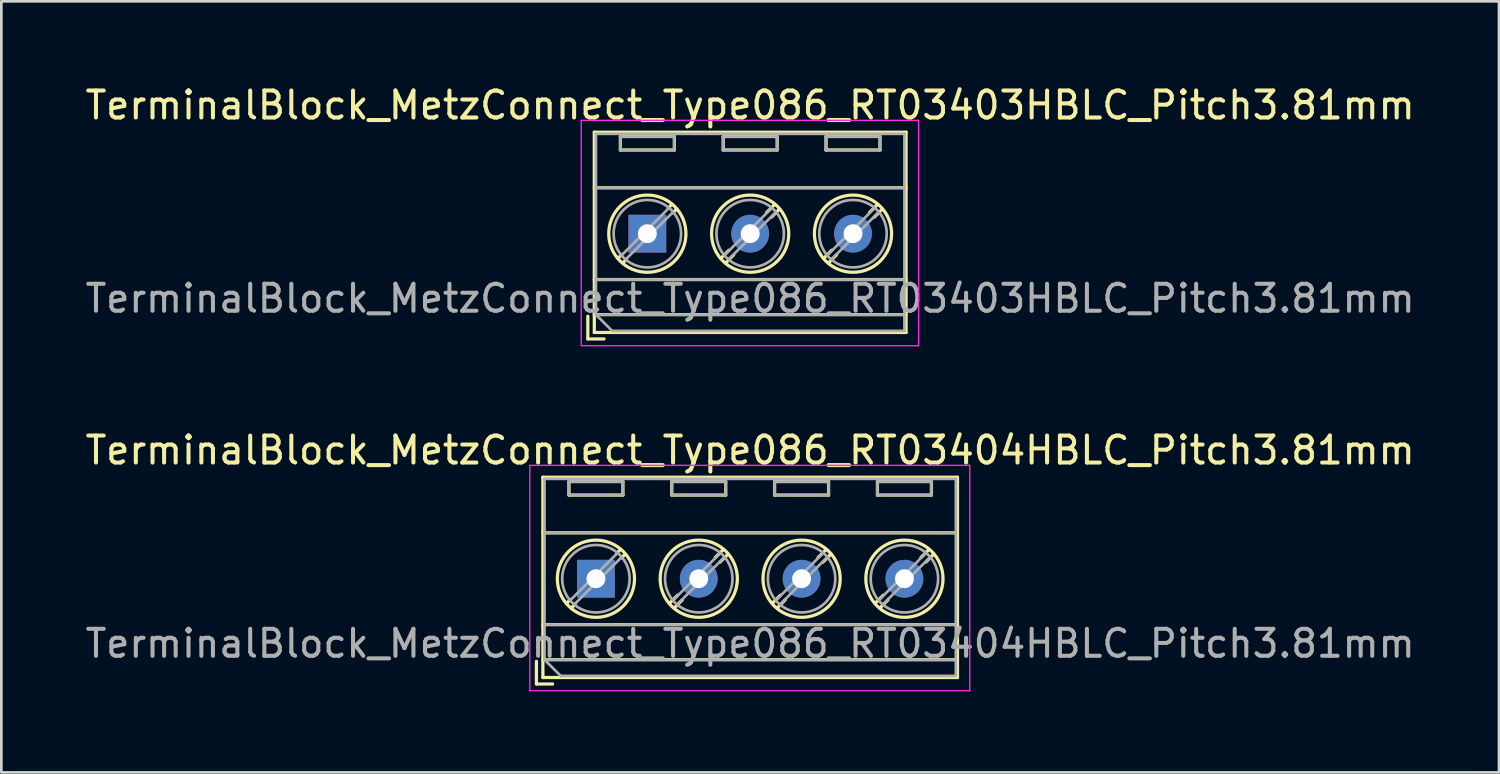
<source format=kicad_pcb>
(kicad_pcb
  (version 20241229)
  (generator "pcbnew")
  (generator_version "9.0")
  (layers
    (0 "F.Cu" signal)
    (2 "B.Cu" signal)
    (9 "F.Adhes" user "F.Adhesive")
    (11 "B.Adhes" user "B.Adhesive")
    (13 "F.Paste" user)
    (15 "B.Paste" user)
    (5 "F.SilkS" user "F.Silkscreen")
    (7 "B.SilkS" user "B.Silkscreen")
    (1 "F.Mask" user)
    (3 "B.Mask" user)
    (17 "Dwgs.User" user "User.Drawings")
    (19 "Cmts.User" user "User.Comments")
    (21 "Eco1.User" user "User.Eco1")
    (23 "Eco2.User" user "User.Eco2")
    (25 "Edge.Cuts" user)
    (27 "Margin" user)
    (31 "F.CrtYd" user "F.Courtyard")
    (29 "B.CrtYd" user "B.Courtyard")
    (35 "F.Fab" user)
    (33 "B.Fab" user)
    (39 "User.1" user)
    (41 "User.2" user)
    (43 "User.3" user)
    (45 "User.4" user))
  (footprint "TerminalBlock_MetzConnect_Type086_RT03404HBLC_Pitch3.81mm"
    (layer "F.Cu")
    (at 19.029 18.392)
    (property "Reference" "TerminalBlock_MetzConnect_Type086_RT03404HBLC_Pitch3.81mm" (at 5.715 -4.76 0) (layer "F.SilkS") (effects (font (size 1 1) (thickness 0.15))))
    (attr through_hole)
    (fp_line (start -2.205 3.06) (end -2.205 3.9) (stroke (width 0.12) (type solid)) (layer "F.SilkS"))
    (fp_line (start -2.205 3.9) (end -1.605 3.9) (stroke (width 0.12) (type solid)) (layer "F.SilkS"))
    (fp_line (start -1.965 -3.76) (end -1.965 3.66) (stroke (width 0.12) (type solid)) (layer "F.SilkS"))
    (fp_line (start -1.965 -1.7) (end 13.395 -1.7) (stroke (width 0.12) (type solid)) (layer "F.SilkS"))
    (fp_line (start -1.965 1.7) (end 13.395 1.7) (stroke (width 0.12) (type solid)) (layer "F.SilkS"))
    (fp_line (start -1.965 3) (end 13.395 3) (stroke (width 0.12) (type solid)) (layer "F.SilkS"))
    (fp_line (start -1.965 3.66) (end 13.395 3.66) (stroke (width 0.12) (type solid)) (layer "F.SilkS"))
    (fp_line (start -1 -3.6) (end -1 -3.1) (stroke (width 0.12) (type solid)) (layer "F.SilkS"))
    (fp_line (start -1 -3.6) (end 1 -3.6) (stroke (width 0.12) (type solid)) (layer "F.SilkS"))
    (fp_line (start -1 -3.1) (end 1 -3.1) (stroke (width 0.12) (type solid)) (layer "F.SilkS"))
    (fp_line (start -0.946 0.771) (end -1.085 0.91) (stroke (width 0.12) (type solid)) (layer "F.SilkS"))
    (fp_line (start -0.771 0.945) (end -0.911 1.085) (stroke (width 0.12) (type solid)) (layer "F.SilkS"))
    (fp_line (start 0.911 -1.085) (end 0.771 -0.945) (stroke (width 0.12) (type solid)) (layer "F.SilkS"))
    (fp_line (start 1 -3.6) (end 1 -3.1) (stroke (width 0.12) (type solid)) (layer "F.SilkS"))
    (fp_line (start 1.085 -0.91) (end 0.945 -0.771) (stroke (width 0.12) (type solid)) (layer "F.SilkS"))
    (fp_line (start 2.81 -3.6) (end 2.81 -3.1) (stroke (width 0.12) (type solid)) (layer "F.SilkS"))
    (fp_line (start 2.81 -3.6) (end 4.81 -3.6) (stroke (width 0.12) (type solid)) (layer "F.SilkS"))
    (fp_line (start 2.81 -3.1) (end 4.81 -3.1) (stroke (width 0.12) (type solid)) (layer "F.SilkS"))
    (fp_line (start 3.025 0.611) (end 2.726 0.91) (stroke (width 0.12) (type solid)) (layer "F.SilkS"))
    (fp_line (start 3.2 0.786) (end 2.9 1.085) (stroke (width 0.12) (type solid)) (layer "F.SilkS"))
    (fp_line (start 4.721 -1.085) (end 4.421 -0.786) (stroke (width 0.12) (type solid)) (layer "F.SilkS"))
    (fp_line (start 4.81 -3.6) (end 4.81 -3.1) (stroke (width 0.12) (type solid)) (layer "F.SilkS"))
    (fp_line (start 4.895 -0.91) (end 4.596 -0.611) (stroke (width 0.12) (type solid)) (layer "F.SilkS"))
    (fp_line (start 6.62 -3.6) (end 6.62 -3.1) (stroke (width 0.12) (type solid)) (layer "F.SilkS"))
    (fp_line (start 6.62 -3.6) (end 8.62 -3.6) (stroke (width 0.12) (type solid)) (layer "F.SilkS"))
    (fp_line (start 6.62 -3.1) (end 8.62 -3.1) (stroke (width 0.12) (type solid)) (layer "F.SilkS"))
    (fp_line (start 6.835 0.611) (end 6.536 0.91) (stroke (width 0.12) (type solid)) (layer "F.SilkS"))
    (fp_line (start 7.01 0.786) (end 6.71 1.085) (stroke (width 0.12) (type solid)) (layer "F.SilkS"))
    (fp_line (start 8.531 -1.085) (end 8.231 -0.786) (stroke (width 0.12) (type solid)) (layer "F.SilkS"))
    (fp_line (start 8.62 -3.6) (end 8.62 -3.1) (stroke (width 0.12) (type solid)) (layer "F.SilkS"))
    (fp_line (start 8.705 -0.91) (end 8.406 -0.611) (stroke (width 0.12) (type solid)) (layer "F.SilkS"))
    (fp_line (start 10.43 -3.6) (end 10.43 -3.1) (stroke (width 0.12) (type solid)) (layer "F.SilkS"))
    (fp_line (start 10.43 -3.6) (end 12.43 -3.6) (stroke (width 0.12) (type solid)) (layer "F.SilkS"))
    (fp_line (start 10.43 -3.1) (end 12.43 -3.1) (stroke (width 0.12) (type solid)) (layer "F.SilkS"))
    (fp_line (start 10.645 0.611) (end 10.346 0.91) (stroke (width 0.12) (type solid)) (layer "F.SilkS"))
    (fp_line (start 10.82 0.786) (end 10.52 1.085) (stroke (width 0.12) (type solid)) (layer "F.SilkS"))
    (fp_line (start 12.341 -1.085) (end 12.041 -0.786) (stroke (width 0.12) (type solid)) (layer "F.SilkS"))
    (fp_line (start 12.43 -3.6) (end 12.43 -3.1) (stroke (width 0.12) (type solid)) (layer "F.SilkS"))
    (fp_line (start 12.515 -0.91) (end 12.216 -0.611) (stroke (width 0.12) (type solid)) (layer "F.SilkS"))
    (fp_line (start 13.395 -3.76) (end -1.965 -3.76) (stroke (width 0.12) (type solid)) (layer "F.SilkS"))
    (fp_line (start 13.395 3.66) (end 13.395 -3.76) (stroke (width 0.12) (type solid)) (layer "F.SilkS"))
    (fp_circle (center 0 0) (end 1.43 0) (stroke (width 0.12) (type solid)) (fill no) (layer "F.SilkS"))
    (fp_circle (center 3.81 0) (end 5.24 0) (stroke (width 0.12) (type solid)) (fill no) (layer "F.SilkS"))
    (fp_circle (center 7.62 0) (end 9.05 0) (stroke (width 0.12) (type solid)) (fill no) (layer "F.SilkS"))
    (fp_circle (center 11.43 0) (end 12.86 0) (stroke (width 0.12) (type solid)) (fill no) (layer "F.SilkS"))
    (fp_line (start -2.45 -4.2) (end -2.45 4.15) (stroke (width 0.05) (type solid)) (layer "F.CrtYd"))
    (fp_line (start -2.45 4.15) (end 13.85 4.15) (stroke (width 0.05) (type solid)) (layer "F.CrtYd"))
    (fp_line (start 13.85 -4.2) (end -2.45 -4.2) (stroke (width 0.05) (type solid)) (layer "F.CrtYd"))
    (fp_line (start 13.85 4.15) (end 13.85 -4.2) (stroke (width 0.05) (type solid)) (layer "F.CrtYd"))
    (fp_line (start -1.905 -3.7) (end 13.335 -3.7) (stroke (width 0.1) (type solid)) (layer "F.Fab"))
    (fp_line (start -1.905 -1.7) (end 13.335 -1.7) (stroke (width 0.1) (type solid)) (layer "F.Fab"))
    (fp_line (start -1.905 1.7) (end 13.335 1.7) (stroke (width 0.1) (type solid)) (layer "F.Fab"))
    (fp_line (start -1.905 3) (end -1.905 -3.7) (stroke (width 0.1) (type solid)) (layer "F.Fab"))
    (fp_line (start -1.905 3) (end 13.335 3) (stroke (width 0.1) (type solid)) (layer "F.Fab"))
    (fp_line (start -1.305 3.6) (end -1.905 3) (stroke (width 0.1) (type solid)) (layer "F.Fab"))
    (fp_line (start -1 -3.6) (end -1 -3.1) (stroke (width 0.1) (type solid)) (layer "F.Fab"))
    (fp_line (start -1 -3.1) (end 1 -3.1) (stroke (width 0.1) (type solid)) (layer "F.Fab"))
    (fp_line (start 0.796 -0.948) (end -0.949 0.796) (stroke (width 0.1) (type solid)) (layer "F.Fab"))
    (fp_line (start 0.949 -0.796) (end -0.796 0.948) (stroke (width 0.1) (type solid)) (layer "F.Fab"))
    (fp_line (start 1 -3.6) (end -1 -3.6) (stroke (width 0.1) (type solid)) (layer "F.Fab"))
    (fp_line (start 1 -3.1) (end 1 -3.6) (stroke (width 0.1) (type solid)) (layer "F.Fab"))
    (fp_line (start 2.81 -3.6) (end 2.81 -3.1) (stroke (width 0.1) (type solid)) (layer "F.Fab"))
    (fp_line (start 2.81 -3.1) (end 4.81 -3.1) (stroke (width 0.1) (type solid)) (layer "F.Fab"))
    (fp_line (start 4.606 -0.948) (end 2.862 0.796) (stroke (width 0.1) (type solid)) (layer "F.Fab"))
    (fp_line (start 4.759 -0.796) (end 3.015 0.948) (stroke (width 0.1) (type solid)) (layer "F.Fab"))
    (fp_line (start 4.81 -3.6) (end 2.81 -3.6) (stroke (width 0.1) (type solid)) (layer "F.Fab"))
    (fp_line (start 4.81 -3.1) (end 4.81 -3.6) (stroke (width 0.1) (type solid)) (layer "F.Fab"))
    (fp_line (start 6.62 -3.6) (end 6.62 -3.1) (stroke (width 0.1) (type solid)) (layer "F.Fab"))
    (fp_line (start 6.62 -3.1) (end 8.62 -3.1) (stroke (width 0.1) (type solid)) (layer "F.Fab"))
    (fp_line (start 8.416 -0.948) (end 6.672 0.796) (stroke (width 0.1) (type solid)) (layer "F.Fab"))
    (fp_line (start 8.569 -0.796) (end 6.825 0.948) (stroke (width 0.1) (type solid)) (layer "F.Fab"))
    (fp_line (start 8.62 -3.6) (end 6.62 -3.6) (stroke (width 0.1) (type solid)) (layer "F.Fab"))
    (fp_line (start 8.62 -3.1) (end 8.62 -3.6) (stroke (width 0.1) (type solid)) (layer "F.Fab"))
    (fp_line (start 10.43 -3.6) (end 10.43 -3.1) (stroke (width 0.1) (type solid)) (layer "F.Fab"))
    (fp_line (start 10.43 -3.1) (end 12.43 -3.1) (stroke (width 0.1) (type solid)) (layer "F.Fab"))
    (fp_line (start 12.226 -0.948) (end 10.482 0.796) (stroke (width 0.1) (type solid)) (layer "F.Fab"))
    (fp_line (start 12.379 -0.796) (end 10.635 0.948) (stroke (width 0.1) (type solid)) (layer "F.Fab"))
    (fp_line (start 12.43 -3.6) (end 10.43 -3.6) (stroke (width 0.1) (type solid)) (layer "F.Fab"))
    (fp_line (start 12.43 -3.1) (end 12.43 -3.6) (stroke (width 0.1) (type solid)) (layer "F.Fab"))
    (fp_line (start 13.335 -3.7) (end 13.335 3.6) (stroke (width 0.1) (type solid)) (layer "F.Fab"))
    (fp_line (start 13.335 3.6) (end -1.305 3.6) (stroke (width 0.1) (type solid)) (layer "F.Fab"))
    (fp_circle (center 0 0) (end 1.25 0) (stroke (width 0.1) (type solid)) (fill no) (layer "F.Fab"))
    (fp_circle (center 3.81 0) (end 5.06 0) (stroke (width 0.1) (type solid)) (fill no) (layer "F.Fab"))
    (fp_circle (center 7.62 0) (end 8.87 0) (stroke (width 0.1) (type solid)) (fill no) (layer "F.Fab"))
    (fp_circle (center 11.43 0) (end 12.68 0) (stroke (width 0.1) (type solid)) (fill no) (layer "F.Fab"))
    (fp_text user "${REFERENCE}" (at 5.715 2.4 0) (layer "F.Fab") (effects (font (size 1 1) (thickness 0.15))))
    (pad "1" thru_hole rect (at 0 0) (size 1.4 1.4) (drill 0.7) (layers "*.Cu" "*.Mask"))
    (pad "2" thru_hole circle (at 3.81 0) (size 1.4 1.4) (drill 0.7) (layers "*.Cu" "*.Mask"))
    (pad "3" thru_hole circle (at 7.62 0) (size 1.4 1.4) (drill 0.7) (layers "*.Cu" "*.Mask"))
    (pad "4" thru_hole circle (at 11.43 0) (size 1.4 1.4) (drill 0.7) (layers "*.Cu" "*.Mask")))
  (footprint "TerminalBlock_MetzConnect_Type086_RT03403HBLC_Pitch3.81mm"
    (layer "F.Cu")
    (at 20.934 5.608)
    (property "Reference" "TerminalBlock_MetzConnect_Type086_RT03403HBLC_Pitch3.81mm" (at 3.81 -4.76 0) (layer "F.SilkS") (effects (font (size 1 1) (thickness 0.15))))
    (attr through_hole)
    (fp_line (start -2.205 3.06) (end -2.205 3.9) (stroke (width 0.12) (type solid)) (layer "F.SilkS"))
    (fp_line (start -2.205 3.9) (end -1.605 3.9) (stroke (width 0.12) (type solid)) (layer "F.SilkS"))
    (fp_line (start -1.965 -3.76) (end -1.965 3.66) (stroke (width 0.12) (type solid)) (layer "F.SilkS"))
    (fp_line (start -1.965 -1.7) (end 9.585 -1.7) (stroke (width 0.12) (type solid)) (layer "F.SilkS"))
    (fp_line (start -1.965 1.7) (end 9.585 1.7) (stroke (width 0.12) (type solid)) (layer "F.SilkS"))
    (fp_line (start -1.965 3) (end 9.585 3) (stroke (width 0.12) (type solid)) (layer "F.SilkS"))
    (fp_line (start -1.965 3.66) (end 9.585 3.66) (stroke (width 0.12) (type solid)) (layer "F.SilkS"))
    (fp_line (start -1 -3.6) (end -1 -3.1) (stroke (width 0.12) (type solid)) (layer "F.SilkS"))
    (fp_line (start -1 -3.6) (end 1 -3.6) (stroke (width 0.12) (type solid)) (layer "F.SilkS"))
    (fp_line (start -1 -3.1) (end 1 -3.1) (stroke (width 0.12) (type solid)) (layer "F.SilkS"))
    (fp_line (start -0.946 0.771) (end -1.085 0.91) (stroke (width 0.12) (type solid)) (layer "F.SilkS"))
    (fp_line (start -0.771 0.945) (end -0.911 1.085) (stroke (width 0.12) (type solid)) (layer "F.SilkS"))
    (fp_line (start 0.911 -1.085) (end 0.771 -0.945) (stroke (width 0.12) (type solid)) (layer "F.SilkS"))
    (fp_line (start 1 -3.6) (end 1 -3.1) (stroke (width 0.12) (type solid)) (layer "F.SilkS"))
    (fp_line (start 1.085 -0.91) (end 0.945 -0.771) (stroke (width 0.12) (type solid)) (layer "F.SilkS"))
    (fp_line (start 2.81 -3.6) (end 2.81 -3.1) (stroke (width 0.12) (type solid)) (layer "F.SilkS"))
    (fp_line (start 2.81 -3.6) (end 4.81 -3.6) (stroke (width 0.12) (type solid)) (layer "F.SilkS"))
    (fp_line (start 2.81 -3.1) (end 4.81 -3.1) (stroke (width 0.12) (type solid)) (layer "F.SilkS"))
    (fp_line (start 3.025 0.611) (end 2.726 0.91) (stroke (width 0.12) (type solid)) (layer "F.SilkS"))
    (fp_line (start 3.2 0.786) (end 2.9 1.085) (stroke (width 0.12) (type solid)) (layer "F.SilkS"))
    (fp_line (start 4.721 -1.085) (end 4.421 -0.786) (stroke (width 0.12) (type solid)) (layer "F.SilkS"))
    (fp_line (start 4.81 -3.6) (end 4.81 -3.1) (stroke (width 0.12) (type solid)) (layer "F.SilkS"))
    (fp_line (start 4.895 -0.91) (end 4.596 -0.611) (stroke (width 0.12) (type solid)) (layer "F.SilkS"))
    (fp_line (start 6.62 -3.6) (end 6.62 -3.1) (stroke (width 0.12) (type solid)) (layer "F.SilkS"))
    (fp_line (start 6.62 -3.6) (end 8.62 -3.6) (stroke (width 0.12) (type solid)) (layer "F.SilkS"))
    (fp_line (start 6.62 -3.1) (end 8.62 -3.1) (stroke (width 0.12) (type solid)) (layer "F.SilkS"))
    (fp_line (start 6.835 0.611) (end 6.536 0.91) (stroke (width 0.12) (type solid)) (layer "F.SilkS"))
    (fp_line (start 7.01 0.786) (end 6.71 1.085) (stroke (width 0.12) (type solid)) (layer "F.SilkS"))
    (fp_line (start 8.531 -1.085) (end 8.231 -0.786) (stroke (width 0.12) (type solid)) (layer "F.SilkS"))
    (fp_line (start 8.62 -3.6) (end 8.62 -3.1) (stroke (width 0.12) (type solid)) (layer "F.SilkS"))
    (fp_line (start 8.705 -0.91) (end 8.406 -0.611) (stroke (width 0.12) (type solid)) (layer "F.SilkS"))
    (fp_line (start 9.585 -3.76) (end -1.965 -3.76) (stroke (width 0.12) (type solid)) (layer "F.SilkS"))
    (fp_line (start 9.585 3.66) (end 9.585 -3.76) (stroke (width 0.12) (type solid)) (layer "F.SilkS"))
    (fp_circle (center 0 0) (end 1.43 0) (stroke (width 0.12) (type solid)) (fill no) (layer "F.SilkS"))
    (fp_circle (center 3.81 0) (end 5.24 0) (stroke (width 0.12) (type solid)) (fill no) (layer "F.SilkS"))
    (fp_circle (center 7.62 0) (end 9.05 0) (stroke (width 0.12) (type solid)) (fill no) (layer "F.SilkS"))
    (fp_line (start -2.45 -4.2) (end -2.45 4.15) (stroke (width 0.05) (type solid)) (layer "F.CrtYd"))
    (fp_line (start -2.45 4.15) (end 10.05 4.15) (stroke (width 0.05) (type solid)) (layer "F.CrtYd"))
    (fp_line (start 10.05 -4.2) (end -2.45 -4.2) (stroke (width 0.05) (type solid)) (layer "F.CrtYd"))
    (fp_line (start 10.05 4.15) (end 10.05 -4.2) (stroke (width 0.05) (type solid)) (layer "F.CrtYd"))
    (fp_line (start -1.905 -3.7) (end 9.525 -3.7) (stroke (width 0.1) (type solid)) (layer "F.Fab"))
    (fp_line (start -1.905 -1.7) (end 9.525 -1.7) (stroke (width 0.1) (type solid)) (layer "F.Fab"))
    (fp_line (start -1.905 1.7) (end 9.525 1.7) (stroke (width 0.1) (type solid)) (layer "F.Fab"))
    (fp_line (start -1.905 3) (end -1.905 -3.7) (stroke (width 0.1) (type solid)) (layer "F.Fab"))
    (fp_line (start -1.905 3) (end 9.525 3) (stroke (width 0.1) (type solid)) (layer "F.Fab"))
    (fp_line (start -1.305 3.6) (end -1.905 3) (stroke (width 0.1) (type solid)) (layer "F.Fab"))
    (fp_line (start -1 -3.6) (end -1 -3.1) (stroke (width 0.1) (type solid)) (layer "F.Fab"))
    (fp_line (start -1 -3.1) (end 1 -3.1) (stroke (width 0.1) (type solid)) (layer "F.Fab"))
    (fp_line (start 0.796 -0.948) (end -0.949 0.796) (stroke (width 0.1) (type solid)) (layer "F.Fab"))
    (fp_line (start 0.949 -0.796) (end -0.796 0.948) (stroke (width 0.1) (type solid)) (layer "F.Fab"))
    (fp_line (start 1 -3.6) (end -1 -3.6) (stroke (width 0.1) (type solid)) (layer "F.Fab"))
    (fp_line (start 1 -3.1) (end 1 -3.6) (stroke (width 0.1) (type solid)) (layer "F.Fab"))
    (fp_line (start 2.81 -3.6) (end 2.81 -3.1) (stroke (width 0.1) (type solid)) (layer "F.Fab"))
    (fp_line (start 2.81 -3.1) (end 4.81 -3.1) (stroke (width 0.1) (type solid)) (layer "F.Fab"))
    (fp_line (start 4.606 -0.948) (end 2.862 0.796) (stroke (width 0.1) (type solid)) (layer "F.Fab"))
    (fp_line (start 4.759 -0.796) (end 3.015 0.948) (stroke (width 0.1) (type solid)) (layer "F.Fab"))
    (fp_line (start 4.81 -3.6) (end 2.81 -3.6) (stroke (width 0.1) (type solid)) (layer "F.Fab"))
    (fp_line (start 4.81 -3.1) (end 4.81 -3.6) (stroke (width 0.1) (type solid)) (layer "F.Fab"))
    (fp_line (start 6.62 -3.6) (end 6.62 -3.1) (stroke (width 0.1) (type solid)) (layer "F.Fab"))
    (fp_line (start 6.62 -3.1) (end 8.62 -3.1) (stroke (width 0.1) (type solid)) (layer "F.Fab"))
    (fp_line (start 8.416 -0.948) (end 6.672 0.796) (stroke (width 0.1) (type solid)) (layer "F.Fab"))
    (fp_line (start 8.569 -0.796) (end 6.825 0.948) (stroke (width 0.1) (type solid)) (layer "F.Fab"))
    (fp_line (start 8.62 -3.6) (end 6.62 -3.6) (stroke (width 0.1) (type solid)) (layer "F.Fab"))
    (fp_line (start 8.62 -3.1) (end 8.62 -3.6) (stroke (width 0.1) (type solid)) (layer "F.Fab"))
    (fp_line (start 9.525 -3.7) (end 9.525 3.6) (stroke (width 0.1) (type solid)) (layer "F.Fab"))
    (fp_line (start 9.525 3.6) (end -1.305 3.6) (stroke (width 0.1) (type solid)) (layer "F.Fab"))
    (fp_circle (center 0 0) (end 1.25 0) (stroke (width 0.1) (type solid)) (fill no) (layer "F.Fab"))
    (fp_circle (center 3.81 0) (end 5.06 0) (stroke (width 0.1) (type solid)) (fill no) (layer "F.Fab"))
    (fp_circle (center 7.62 0) (end 8.87 0) (stroke (width 0.1) (type solid)) (fill no) (layer "F.Fab"))
    (fp_text user "${REFERENCE}" (at 3.81 2.4 0) (layer "F.Fab") (effects (font (size 1 1) (thickness 0.15))))
    (pad "1" thru_hole rect (at 0 0) (size 1.4 1.4) (drill 0.7) (layers "*.Cu" "*.Mask"))
    (pad "2" thru_hole circle (at 3.81 0) (size 1.4 1.4) (drill 0.7) (layers "*.Cu" "*.Mask"))
    (pad "3" thru_hole circle (at 7.62 0) (size 1.4 1.4) (drill 0.7) (layers "*.Cu" "*.Mask")))
  (gr_rect
    (start -3 -3)
    (end 52.488 25.567)
    (stroke (width 0.1) (type default))
    (fill no)
    (layer "Edge.Cuts")))
</source>
